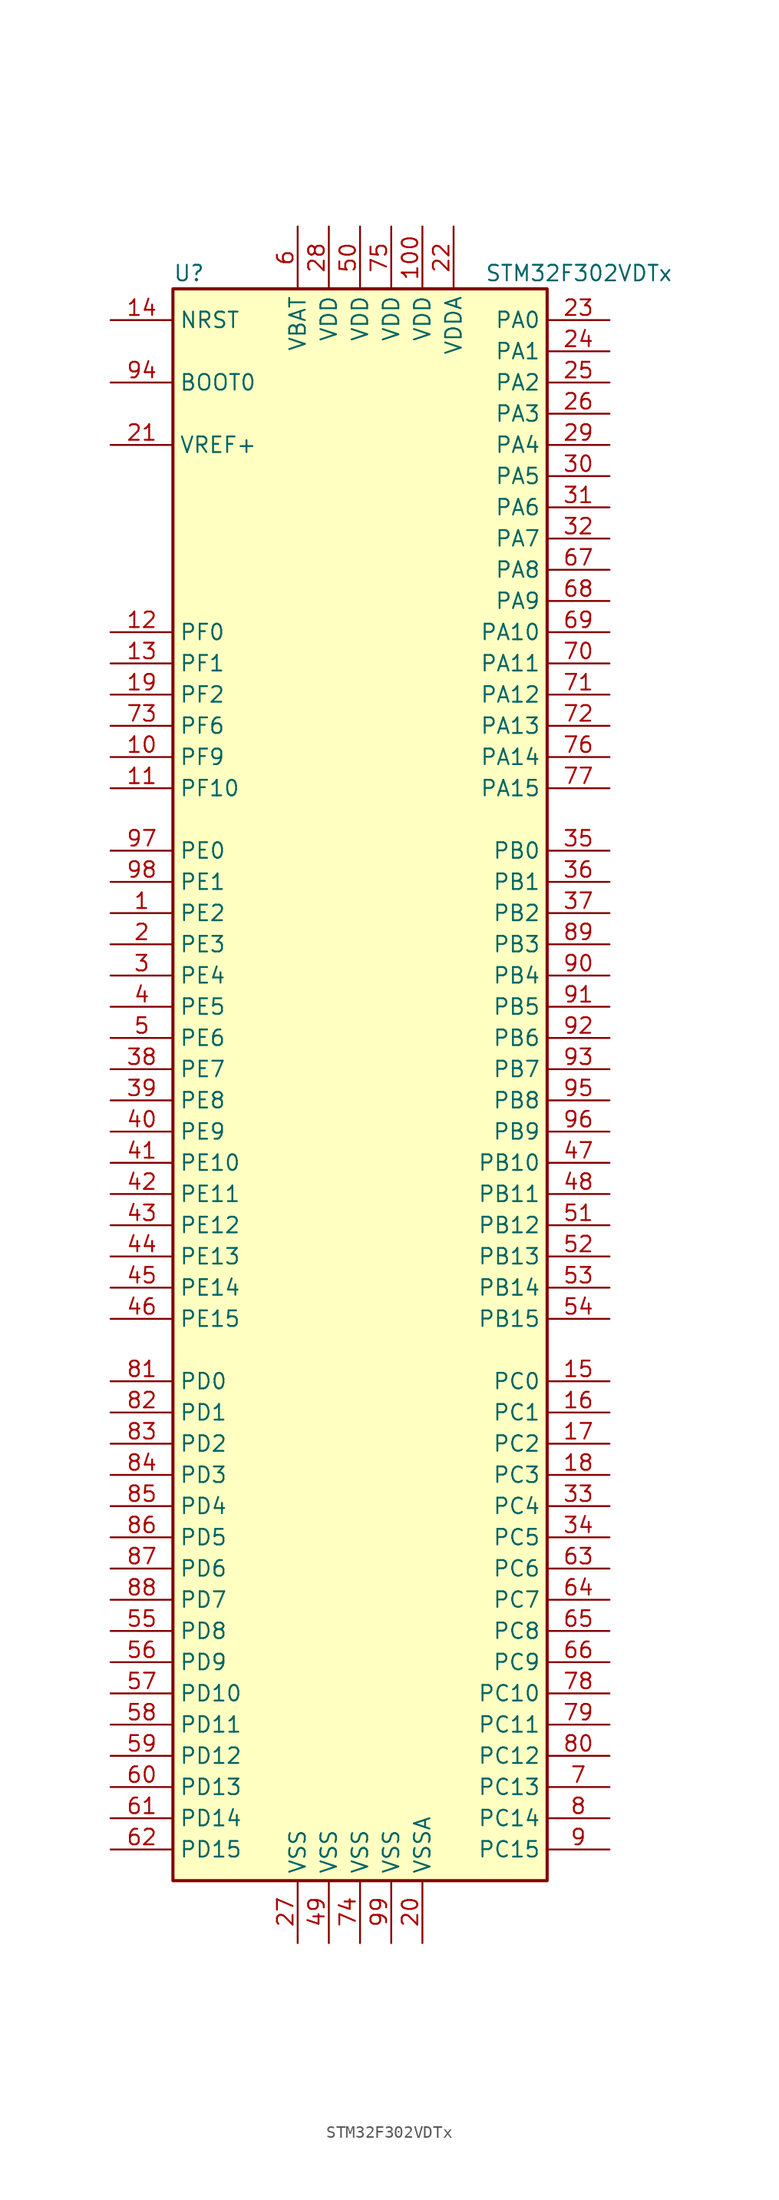
<source format=kicad_sym>
(kicad_symbol_lib
  (version 20201005)
  (generator kicad_symbol_editor)
  (symbol "STM32F302VDTx"
    (property "Reference" "U"
      (at -15.24 64.77 0)
      (effects (font (size 1.27 1.27)) (justify left)))
    (property "Value" "STM32F302VDTx"
      (at 10.16 64.77 0)
      (effects (font (size 1.27 1.27)) (justify left)))
    (symbol "STM32F302VDTx_0_1"
      (rectangle (start -15.24 -66.04) (end 15.24 63.5) (stroke (width 0.254)) (fill (type background))))
    (symbol "STM32F302VDTx_1_1"
      (pin bidirectional line (at -20.32 12.7 0) (length 5.08) (name "PE2" (effects (font (size 1.27 1.27)))) (number "1" (effects (font (size 1.27 1.27)))))
      (pin bidirectional line (at -20.32 25.4 0) (length 5.08) (name "PF9" (effects (font (size 1.27 1.27)))) (number "10" (effects (font (size 1.27 1.27)))))
      (pin power_in line (at 5.08 68.58 270) (length 5.08) (name "VDD" (effects (font (size 1.27 1.27)))) (number "100" (effects (font (size 1.27 1.27)))))
      (pin bidirectional line (at -20.32 22.86 0) (length 5.08) (name "PF10" (effects (font (size 1.27 1.27)))) (number "11" (effects (font (size 1.27 1.27)))))
      (pin input line (at -20.32 35.56 0) (length 5.08) (name "PF0" (effects (font (size 1.27 1.27)))) (number "12" (effects (font (size 1.27 1.27)))))
      (pin input line (at -20.32 33.02 0) (length 5.08) (name "PF1" (effects (font (size 1.27 1.27)))) (number "13" (effects (font (size 1.27 1.27)))))
      (pin input line (at -20.32 60.96 0) (length 5.08) (name "NRST" (effects (font (size 1.27 1.27)))) (number "14" (effects (font (size 1.27 1.27)))))
      (pin bidirectional line (at 20.32 -25.4 180) (length 5.08) (name "PC0" (effects (font (size 1.27 1.27)))) (number "15" (effects (font (size 1.27 1.27)))))
      (pin bidirectional line (at 20.32 -27.94 180) (length 5.08) (name "PC1" (effects (font (size 1.27 1.27)))) (number "16" (effects (font (size 1.27 1.27)))))
      (pin bidirectional line (at 20.32 -30.48 180) (length 5.08) (name "PC2" (effects (font (size 1.27 1.27)))) (number "17" (effects (font (size 1.27 1.27)))))
      (pin bidirectional line (at 20.32 -33.02 180) (length 5.08) (name "PC3" (effects (font (size 1.27 1.27)))) (number "18" (effects (font (size 1.27 1.27)))))
      (pin bidirectional line (at -20.32 30.48 0) (length 5.08) (name "PF2" (effects (font (size 1.27 1.27)))) (number "19" (effects (font (size 1.27 1.27)))))
      (pin bidirectional line (at -20.32 10.16 0) (length 5.08) (name "PE3" (effects (font (size 1.27 1.27)))) (number "2" (effects (font (size 1.27 1.27)))))
      (pin power_in line (at 5.08 -71.12 90) (length 5.08) (name "VSSA" (effects (font (size 1.27 1.27)))) (number "20" (effects (font (size 1.27 1.27)))))
      (pin power_in line (at -20.32 50.8 0) (length 5.08) (name "VREF+" (effects (font (size 1.27 1.27)))) (number "21" (effects (font (size 1.27 1.27)))))
      (pin power_in line (at 7.62 68.58 270) (length 5.08) (name "VDDA" (effects (font (size 1.27 1.27)))) (number "22" (effects (font (size 1.27 1.27)))))
      (pin bidirectional line (at 20.32 60.96 180) (length 5.08) (name "PA0" (effects (font (size 1.27 1.27)))) (number "23" (effects (font (size 1.27 1.27)))))
      (pin bidirectional line (at 20.32 58.42 180) (length 5.08) (name "PA1" (effects (font (size 1.27 1.27)))) (number "24" (effects (font (size 1.27 1.27)))))
      (pin bidirectional line (at 20.32 55.88 180) (length 5.08) (name "PA2" (effects (font (size 1.27 1.27)))) (number "25" (effects (font (size 1.27 1.27)))))
      (pin bidirectional line (at 20.32 53.34 180) (length 5.08) (name "PA3" (effects (font (size 1.27 1.27)))) (number "26" (effects (font (size 1.27 1.27)))))
      (pin power_in line (at -5.08 -71.12 90) (length 5.08) (name "VSS" (effects (font (size 1.27 1.27)))) (number "27" (effects (font (size 1.27 1.27)))))
      (pin power_in line (at -2.54 68.58 270) (length 5.08) (name "VDD" (effects (font (size 1.27 1.27)))) (number "28" (effects (font (size 1.27 1.27)))))
      (pin bidirectional line (at 20.32 50.8 180) (length 5.08) (name "PA4" (effects (font (size 1.27 1.27)))) (number "29" (effects (font (size 1.27 1.27)))))
      (pin bidirectional line (at -20.32 7.62 0) (length 5.08) (name "PE4" (effects (font (size 1.27 1.27)))) (number "3" (effects (font (size 1.27 1.27)))))
      (pin bidirectional line (at 20.32 48.26 180) (length 5.08) (name "PA5" (effects (font (size 1.27 1.27)))) (number "30" (effects (font (size 1.27 1.27)))))
      (pin bidirectional line (at 20.32 45.72 180) (length 5.08) (name "PA6" (effects (font (size 1.27 1.27)))) (number "31" (effects (font (size 1.27 1.27)))))
      (pin bidirectional line (at 20.32 43.18 180) (length 5.08) (name "PA7" (effects (font (size 1.27 1.27)))) (number "32" (effects (font (size 1.27 1.27)))))
      (pin bidirectional line (at 20.32 -35.56 180) (length 5.08) (name "PC4" (effects (font (size 1.27 1.27)))) (number "33" (effects (font (size 1.27 1.27)))))
      (pin bidirectional line (at 20.32 -38.1 180) (length 5.08) (name "PC5" (effects (font (size 1.27 1.27)))) (number "34" (effects (font (size 1.27 1.27)))))
      (pin bidirectional line (at 20.32 17.78 180) (length 5.08) (name "PB0" (effects (font (size 1.27 1.27)))) (number "35" (effects (font (size 1.27 1.27)))))
      (pin bidirectional line (at 20.32 15.24 180) (length 5.08) (name "PB1" (effects (font (size 1.27 1.27)))) (number "36" (effects (font (size 1.27 1.27)))))
      (pin bidirectional line (at 20.32 12.7 180) (length 5.08) (name "PB2" (effects (font (size 1.27 1.27)))) (number "37" (effects (font (size 1.27 1.27)))))
      (pin bidirectional line (at -20.32 0 0) (length 5.08) (name "PE7" (effects (font (size 1.27 1.27)))) (number "38" (effects (font (size 1.27 1.27)))))
      (pin bidirectional line (at -20.32 -2.54 0) (length 5.08) (name "PE8" (effects (font (size 1.27 1.27)))) (number "39" (effects (font (size 1.27 1.27)))))
      (pin bidirectional line (at -20.32 5.08 0) (length 5.08) (name "PE5" (effects (font (size 1.27 1.27)))) (number "4" (effects (font (size 1.27 1.27)))))
      (pin bidirectional line (at -20.32 -5.08 0) (length 5.08) (name "PE9" (effects (font (size 1.27 1.27)))) (number "40" (effects (font (size 1.27 1.27)))))
      (pin bidirectional line (at -20.32 -7.62 0) (length 5.08) (name "PE10" (effects (font (size 1.27 1.27)))) (number "41" (effects (font (size 1.27 1.27)))))
      (pin bidirectional line (at -20.32 -10.16 0) (length 5.08) (name "PE11" (effects (font (size 1.27 1.27)))) (number "42" (effects (font (size 1.27 1.27)))))
      (pin bidirectional line (at -20.32 -12.7 0) (length 5.08) (name "PE12" (effects (font (size 1.27 1.27)))) (number "43" (effects (font (size 1.27 1.27)))))
      (pin bidirectional line (at -20.32 -15.24 0) (length 5.08) (name "PE13" (effects (font (size 1.27 1.27)))) (number "44" (effects (font (size 1.27 1.27)))))
      (pin bidirectional line (at -20.32 -17.78 0) (length 5.08) (name "PE14" (effects (font (size 1.27 1.27)))) (number "45" (effects (font (size 1.27 1.27)))))
      (pin bidirectional line (at -20.32 -20.32 0) (length 5.08) (name "PE15" (effects (font (size 1.27 1.27)))) (number "46" (effects (font (size 1.27 1.27)))))
      (pin bidirectional line (at 20.32 -7.62 180) (length 5.08) (name "PB10" (effects (font (size 1.27 1.27)))) (number "47" (effects (font (size 1.27 1.27)))))
      (pin bidirectional line (at 20.32 -10.16 180) (length 5.08) (name "PB11" (effects (font (size 1.27 1.27)))) (number "48" (effects (font (size 1.27 1.27)))))
      (pin power_in line (at -2.54 -71.12 90) (length 5.08) (name "VSS" (effects (font (size 1.27 1.27)))) (number "49" (effects (font (size 1.27 1.27)))))
      (pin bidirectional line (at -20.32 2.54 0) (length 5.08) (name "PE6" (effects (font (size 1.27 1.27)))) (number "5" (effects (font (size 1.27 1.27)))))
      (pin power_in line (at 0 68.58 270) (length 5.08) (name "VDD" (effects (font (size 1.27 1.27)))) (number "50" (effects (font (size 1.27 1.27)))))
      (pin bidirectional line (at 20.32 -12.7 180) (length 5.08) (name "PB12" (effects (font (size 1.27 1.27)))) (number "51" (effects (font (size 1.27 1.27)))))
      (pin bidirectional line (at 20.32 -15.24 180) (length 5.08) (name "PB13" (effects (font (size 1.27 1.27)))) (number "52" (effects (font (size 1.27 1.27)))))
      (pin bidirectional line (at 20.32 -17.78 180) (length 5.08) (name "PB14" (effects (font (size 1.27 1.27)))) (number "53" (effects (font (size 1.27 1.27)))))
      (pin bidirectional line (at 20.32 -20.32 180) (length 5.08) (name "PB15" (effects (font (size 1.27 1.27)))) (number "54" (effects (font (size 1.27 1.27)))))
      (pin bidirectional line (at -20.32 -45.72 0) (length 5.08) (name "PD8" (effects (font (size 1.27 1.27)))) (number "55" (effects (font (size 1.27 1.27)))))
      (pin bidirectional line (at -20.32 -48.26 0) (length 5.08) (name "PD9" (effects (font (size 1.27 1.27)))) (number "56" (effects (font (size 1.27 1.27)))))
      (pin bidirectional line (at -20.32 -50.8 0) (length 5.08) (name "PD10" (effects (font (size 1.27 1.27)))) (number "57" (effects (font (size 1.27 1.27)))))
      (pin bidirectional line (at -20.32 -53.34 0) (length 5.08) (name "PD11" (effects (font (size 1.27 1.27)))) (number "58" (effects (font (size 1.27 1.27)))))
      (pin bidirectional line (at -20.32 -55.88 0) (length 5.08) (name "PD12" (effects (font (size 1.27 1.27)))) (number "59" (effects (font (size 1.27 1.27)))))
      (pin power_in line (at -5.08 68.58 270) (length 5.08) (name "VBAT" (effects (font (size 1.27 1.27)))) (number "6" (effects (font (size 1.27 1.27)))))
      (pin bidirectional line (at -20.32 -58.42 0) (length 5.08) (name "PD13" (effects (font (size 1.27 1.27)))) (number "60" (effects (font (size 1.27 1.27)))))
      (pin bidirectional line (at -20.32 -60.96 0) (length 5.08) (name "PD14" (effects (font (size 1.27 1.27)))) (number "61" (effects (font (size 1.27 1.27)))))
      (pin bidirectional line (at -20.32 -63.5 0) (length 5.08) (name "PD15" (effects (font (size 1.27 1.27)))) (number "62" (effects (font (size 1.27 1.27)))))
      (pin bidirectional line (at 20.32 -40.64 180) (length 5.08) (name "PC6" (effects (font (size 1.27 1.27)))) (number "63" (effects (font (size 1.27 1.27)))))
      (pin bidirectional line (at 20.32 -43.18 180) (length 5.08) (name "PC7" (effects (font (size 1.27 1.27)))) (number "64" (effects (font (size 1.27 1.27)))))
      (pin bidirectional line (at 20.32 -45.72 180) (length 5.08) (name "PC8" (effects (font (size 1.27 1.27)))) (number "65" (effects (font (size 1.27 1.27)))))
      (pin bidirectional line (at 20.32 -48.26 180) (length 5.08) (name "PC9" (effects (font (size 1.27 1.27)))) (number "66" (effects (font (size 1.27 1.27)))))
      (pin bidirectional line (at 20.32 40.64 180) (length 5.08) (name "PA8" (effects (font (size 1.27 1.27)))) (number "67" (effects (font (size 1.27 1.27)))))
      (pin bidirectional line (at 20.32 38.1 180) (length 5.08) (name "PA9" (effects (font (size 1.27 1.27)))) (number "68" (effects (font (size 1.27 1.27)))))
      (pin bidirectional line (at 20.32 35.56 180) (length 5.08) (name "PA10" (effects (font (size 1.27 1.27)))) (number "69" (effects (font (size 1.27 1.27)))))
      (pin bidirectional line (at 20.32 -58.42 180) (length 5.08) (name "PC13" (effects (font (size 1.27 1.27)))) (number "7" (effects (font (size 1.27 1.27)))))
      (pin bidirectional line (at 20.32 33.02 180) (length 5.08) (name "PA11" (effects (font (size 1.27 1.27)))) (number "70" (effects (font (size 1.27 1.27)))))
      (pin bidirectional line (at 20.32 30.48 180) (length 5.08) (name "PA12" (effects (font (size 1.27 1.27)))) (number "71" (effects (font (size 1.27 1.27)))))
      (pin bidirectional line (at 20.32 27.94 180) (length 5.08) (name "PA13" (effects (font (size 1.27 1.27)))) (number "72" (effects (font (size 1.27 1.27)))))
      (pin bidirectional line (at -20.32 27.94 0) (length 5.08) (name "PF6" (effects (font (size 1.27 1.27)))) (number "73" (effects (font (size 1.27 1.27)))))
      (pin power_in line (at 0 -71.12 90) (length 5.08) (name "VSS" (effects (font (size 1.27 1.27)))) (number "74" (effects (font (size 1.27 1.27)))))
      (pin power_in line (at 2.54 68.58 270) (length 5.08) (name "VDD" (effects (font (size 1.27 1.27)))) (number "75" (effects (font (size 1.27 1.27)))))
      (pin bidirectional line (at 20.32 25.4 180) (length 5.08) (name "PA14" (effects (font (size 1.27 1.27)))) (number "76" (effects (font (size 1.27 1.27)))))
      (pin bidirectional line (at 20.32 22.86 180) (length 5.08) (name "PA15" (effects (font (size 1.27 1.27)))) (number "77" (effects (font (size 1.27 1.27)))))
      (pin bidirectional line (at 20.32 -50.8 180) (length 5.08) (name "PC10" (effects (font (size 1.27 1.27)))) (number "78" (effects (font (size 1.27 1.27)))))
      (pin bidirectional line (at 20.32 -53.34 180) (length 5.08) (name "PC11" (effects (font (size 1.27 1.27)))) (number "79" (effects (font (size 1.27 1.27)))))
      (pin bidirectional line (at 20.32 -60.96 180) (length 5.08) (name "PC14" (effects (font (size 1.27 1.27)))) (number "8" (effects (font (size 1.27 1.27)))))
      (pin bidirectional line (at 20.32 -55.88 180) (length 5.08) (name "PC12" (effects (font (size 1.27 1.27)))) (number "80" (effects (font (size 1.27 1.27)))))
      (pin bidirectional line (at -20.32 -25.4 0) (length 5.08) (name "PD0" (effects (font (size 1.27 1.27)))) (number "81" (effects (font (size 1.27 1.27)))))
      (pin bidirectional line (at -20.32 -27.94 0) (length 5.08) (name "PD1" (effects (font (size 1.27 1.27)))) (number "82" (effects (font (size 1.27 1.27)))))
      (pin bidirectional line (at -20.32 -30.48 0) (length 5.08) (name "PD2" (effects (font (size 1.27 1.27)))) (number "83" (effects (font (size 1.27 1.27)))))
      (pin bidirectional line (at -20.32 -33.02 0) (length 5.08) (name "PD3" (effects (font (size 1.27 1.27)))) (number "84" (effects (font (size 1.27 1.27)))))
      (pin bidirectional line (at -20.32 -35.56 0) (length 5.08) (name "PD4" (effects (font (size 1.27 1.27)))) (number "85" (effects (font (size 1.27 1.27)))))
      (pin bidirectional line (at -20.32 -38.1 0) (length 5.08) (name "PD5" (effects (font (size 1.27 1.27)))) (number "86" (effects (font (size 1.27 1.27)))))
      (pin bidirectional line (at -20.32 -40.64 0) (length 5.08) (name "PD6" (effects (font (size 1.27 1.27)))) (number "87" (effects (font (size 1.27 1.27)))))
      (pin bidirectional line (at -20.32 -43.18 0) (length 5.08) (name "PD7" (effects (font (size 1.27 1.27)))) (number "88" (effects (font (size 1.27 1.27)))))
      (pin bidirectional line (at 20.32 10.16 180) (length 5.08) (name "PB3" (effects (font (size 1.27 1.27)))) (number "89" (effects (font (size 1.27 1.27)))))
      (pin bidirectional line (at 20.32 -63.5 180) (length 5.08) (name "PC15" (effects (font (size 1.27 1.27)))) (number "9" (effects (font (size 1.27 1.27)))))
      (pin bidirectional line (at 20.32 7.62 180) (length 5.08) (name "PB4" (effects (font (size 1.27 1.27)))) (number "90" (effects (font (size 1.27 1.27)))))
      (pin bidirectional line (at 20.32 5.08 180) (length 5.08) (name "PB5" (effects (font (size 1.27 1.27)))) (number "91" (effects (font (size 1.27 1.27)))))
      (pin bidirectional line (at 20.32 2.54 180) (length 5.08) (name "PB6" (effects (font (size 1.27 1.27)))) (number "92" (effects (font (size 1.27 1.27)))))
      (pin bidirectional line (at 20.32 0 180) (length 5.08) (name "PB7" (effects (font (size 1.27 1.27)))) (number "93" (effects (font (size 1.27 1.27)))))
      (pin input line (at -20.32 55.88 0) (length 5.08) (name "BOOT0" (effects (font (size 1.27 1.27)))) (number "94" (effects (font (size 1.27 1.27)))))
      (pin bidirectional line (at 20.32 -2.54 180) (length 5.08) (name "PB8" (effects (font (size 1.27 1.27)))) (number "95" (effects (font (size 1.27 1.27)))))
      (pin bidirectional line (at 20.32 -5.08 180) (length 5.08) (name "PB9" (effects (font (size 1.27 1.27)))) (number "96" (effects (font (size 1.27 1.27)))))
      (pin bidirectional line (at -20.32 17.78 0) (length 5.08) (name "PE0" (effects (font (size 1.27 1.27)))) (number "97" (effects (font (size 1.27 1.27)))))
      (pin bidirectional line (at -20.32 15.24 0) (length 5.08) (name "PE1" (effects (font (size 1.27 1.27)))) (number "98" (effects (font (size 1.27 1.27)))))
      (pin power_in line (at 2.54 -71.12 90) (length 5.08) (name "VSS" (effects (font (size 1.27 1.27)))) (number "99" (effects (font (size 1.27 1.27))))))))
</source>
